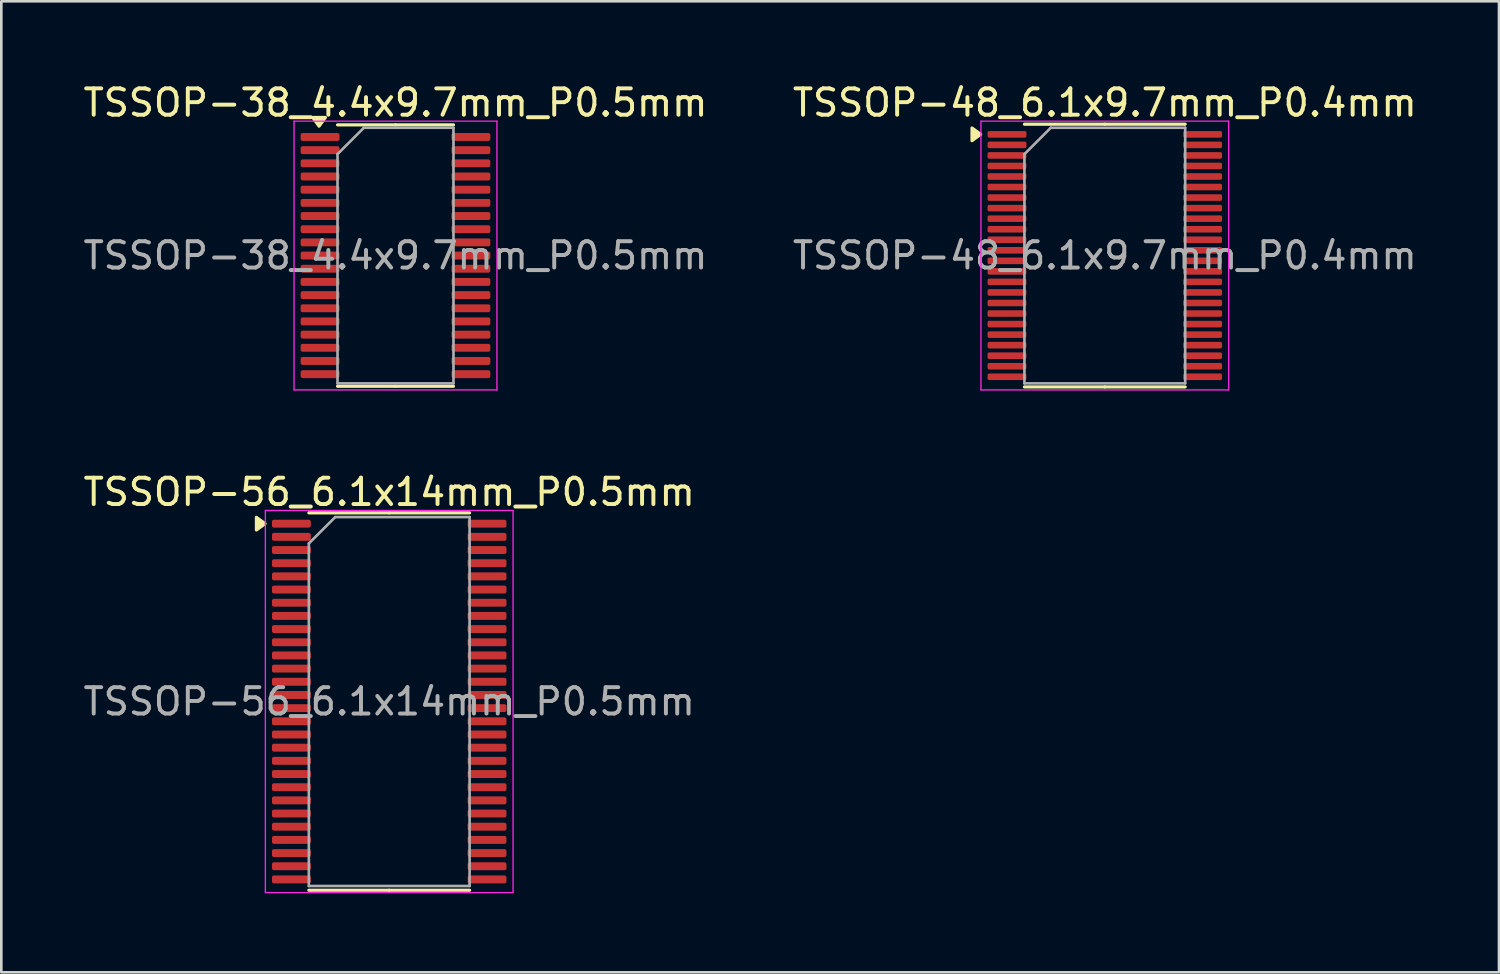
<source format=kicad_pcb>
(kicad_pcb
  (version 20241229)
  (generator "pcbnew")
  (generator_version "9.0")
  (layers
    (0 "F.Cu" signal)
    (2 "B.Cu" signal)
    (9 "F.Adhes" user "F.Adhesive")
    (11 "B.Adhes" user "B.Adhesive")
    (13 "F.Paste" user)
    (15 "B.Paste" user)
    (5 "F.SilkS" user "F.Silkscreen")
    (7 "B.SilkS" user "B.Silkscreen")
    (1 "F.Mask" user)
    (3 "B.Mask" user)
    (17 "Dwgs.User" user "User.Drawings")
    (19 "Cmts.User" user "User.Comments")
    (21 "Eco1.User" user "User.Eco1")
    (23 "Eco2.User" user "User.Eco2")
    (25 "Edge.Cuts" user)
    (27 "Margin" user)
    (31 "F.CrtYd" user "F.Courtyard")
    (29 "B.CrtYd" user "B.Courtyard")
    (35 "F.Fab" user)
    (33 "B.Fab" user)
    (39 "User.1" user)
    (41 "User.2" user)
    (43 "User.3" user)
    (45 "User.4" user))
  (footprint "TSSOP-56_6.1x14mm_P0.5mm"
    (layer "F.Cu")
    (at 11.72 23.572)
    (property "Reference" "TSSOP-56_6.1x14mm_P0.5mm" (at 0 -7.95 0) (layer "F.SilkS") (effects (font (size 1 1) (thickness 0.15))))
    (attr smd)
    (fp_line (start 0 -7.16) (end -3.05 -7.16) (stroke (width 0.12) (type solid)) (layer "F.SilkS"))
    (fp_line (start 0 -7.16) (end 3.05 -7.16) (stroke (width 0.12) (type solid)) (layer "F.SilkS"))
    (fp_line (start 0 7.16) (end -3.05 7.16) (stroke (width 0.12) (type solid)) (layer "F.SilkS"))
    (fp_line (start 0 7.16) (end 3.05 7.16) (stroke (width 0.12) (type solid)) (layer "F.SilkS"))
    (fp_poly (pts (xy -4.71 -6.75) (xy -5.04 -6.99) (xy -5.04 -6.51) (xy -4.71 -6.75)) (stroke (width 0.12) (type solid)) (fill yes) (layer "F.SilkS"))
    (fp_line (start -4.7 -7.25) (end -4.7 7.25) (stroke (width 0.05) (type solid)) (layer "F.CrtYd"))
    (fp_line (start -4.7 7.25) (end 4.7 7.25) (stroke (width 0.05) (type solid)) (layer "F.CrtYd"))
    (fp_line (start 4.7 -7.25) (end -4.7 -7.25) (stroke (width 0.05) (type solid)) (layer "F.CrtYd"))
    (fp_line (start 4.7 7.25) (end 4.7 -7.25) (stroke (width 0.05) (type solid)) (layer "F.CrtYd"))
    (fp_line (start -3.05 -6) (end -2.05 -7) (stroke (width 0.1) (type solid)) (layer "F.Fab"))
    (fp_line (start -3.05 7) (end -3.05 -6) (stroke (width 0.1) (type solid)) (layer "F.Fab"))
    (fp_line (start -2.05 -7) (end 3.05 -7) (stroke (width 0.1) (type solid)) (layer "F.Fab"))
    (fp_line (start 3.05 -7) (end 3.05 7) (stroke (width 0.1) (type solid)) (layer "F.Fab"))
    (fp_line (start 3.05 7) (end -3.05 7) (stroke (width 0.1) (type solid)) (layer "F.Fab"))
    (fp_text user "${REFERENCE}" (at 0 0 0) (layer "F.Fab") (effects (font (size 1 1) (thickness 0.15))))
    (pad "1" smd roundrect (at -3.712 -6.75) (size 1.475 0.3) (layers "F.Cu" "F.Mask" "F.Paste") (roundrect_rratio 0.25))
    (pad "2" smd roundrect (at -3.712 -6.25) (size 1.475 0.3) (layers "F.Cu" "F.Mask" "F.Paste") (roundrect_rratio 0.25))
    (pad "3" smd roundrect (at -3.712 -5.75) (size 1.475 0.3) (layers "F.Cu" "F.Mask" "F.Paste") (roundrect_rratio 0.25))
    (pad "4" smd roundrect (at -3.712 -5.25) (size 1.475 0.3) (layers "F.Cu" "F.Mask" "F.Paste") (roundrect_rratio 0.25))
    (pad "5" smd roundrect (at -3.712 -4.75) (size 1.475 0.3) (layers "F.Cu" "F.Mask" "F.Paste") (roundrect_rratio 0.25))
    (pad "6" smd roundrect (at -3.712 -4.25) (size 1.475 0.3) (layers "F.Cu" "F.Mask" "F.Paste") (roundrect_rratio 0.25))
    (pad "7" smd roundrect (at -3.712 -3.75) (size 1.475 0.3) (layers "F.Cu" "F.Mask" "F.Paste") (roundrect_rratio 0.25))
    (pad "8" smd roundrect (at -3.712 -3.25) (size 1.475 0.3) (layers "F.Cu" "F.Mask" "F.Paste") (roundrect_rratio 0.25))
    (pad "9" smd roundrect (at -3.712 -2.75) (size 1.475 0.3) (layers "F.Cu" "F.Mask" "F.Paste") (roundrect_rratio 0.25))
    (pad "10" smd roundrect (at -3.712 -2.25) (size 1.475 0.3) (layers "F.Cu" "F.Mask" "F.Paste") (roundrect_rratio 0.25))
    (pad "11" smd roundrect (at -3.712 -1.75) (size 1.475 0.3) (layers "F.Cu" "F.Mask" "F.Paste") (roundrect_rratio 0.25))
    (pad "12" smd roundrect (at -3.712 -1.25) (size 1.475 0.3) (layers "F.Cu" "F.Mask" "F.Paste") (roundrect_rratio 0.25))
    (pad "13" smd roundrect (at -3.712 -0.75) (size 1.475 0.3) (layers "F.Cu" "F.Mask" "F.Paste") (roundrect_rratio 0.25))
    (pad "14" smd roundrect (at -3.712 -0.25) (size 1.475 0.3) (layers "F.Cu" "F.Mask" "F.Paste") (roundrect_rratio 0.25))
    (pad "15" smd roundrect (at -3.712 0.25) (size 1.475 0.3) (layers "F.Cu" "F.Mask" "F.Paste") (roundrect_rratio 0.25))
    (pad "16" smd roundrect (at -3.712 0.75) (size 1.475 0.3) (layers "F.Cu" "F.Mask" "F.Paste") (roundrect_rratio 0.25))
    (pad "17" smd roundrect (at -3.712 1.25) (size 1.475 0.3) (layers "F.Cu" "F.Mask" "F.Paste") (roundrect_rratio 0.25))
    (pad "18" smd roundrect (at -3.712 1.75) (size 1.475 0.3) (layers "F.Cu" "F.Mask" "F.Paste") (roundrect_rratio 0.25))
    (pad "19" smd roundrect (at -3.712 2.25) (size 1.475 0.3) (layers "F.Cu" "F.Mask" "F.Paste") (roundrect_rratio 0.25))
    (pad "20" smd roundrect (at -3.712 2.75) (size 1.475 0.3) (layers "F.Cu" "F.Mask" "F.Paste") (roundrect_rratio 0.25))
    (pad "21" smd roundrect (at -3.712 3.25) (size 1.475 0.3) (layers "F.Cu" "F.Mask" "F.Paste") (roundrect_rratio 0.25))
    (pad "22" smd roundrect (at -3.712 3.75) (size 1.475 0.3) (layers "F.Cu" "F.Mask" "F.Paste") (roundrect_rratio 0.25))
    (pad "23" smd roundrect (at -3.712 4.25) (size 1.475 0.3) (layers "F.Cu" "F.Mask" "F.Paste") (roundrect_rratio 0.25))
    (pad "24" smd roundrect (at -3.712 4.75) (size 1.475 0.3) (layers "F.Cu" "F.Mask" "F.Paste") (roundrect_rratio 0.25))
    (pad "25" smd roundrect (at -3.712 5.25) (size 1.475 0.3) (layers "F.Cu" "F.Mask" "F.Paste") (roundrect_rratio 0.25))
    (pad "26" smd roundrect (at -3.712 5.75) (size 1.475 0.3) (layers "F.Cu" "F.Mask" "F.Paste") (roundrect_rratio 0.25))
    (pad "27" smd roundrect (at -3.712 6.25) (size 1.475 0.3) (layers "F.Cu" "F.Mask" "F.Paste") (roundrect_rratio 0.25))
    (pad "28" smd roundrect (at -3.712 6.75) (size 1.475 0.3) (layers "F.Cu" "F.Mask" "F.Paste") (roundrect_rratio 0.25))
    (pad "29" smd roundrect (at 3.712 6.75) (size 1.475 0.3) (layers "F.Cu" "F.Mask" "F.Paste") (roundrect_rratio 0.25))
    (pad "30" smd roundrect (at 3.712 6.25) (size 1.475 0.3) (layers "F.Cu" "F.Mask" "F.Paste") (roundrect_rratio 0.25))
    (pad "31" smd roundrect (at 3.712 5.75) (size 1.475 0.3) (layers "F.Cu" "F.Mask" "F.Paste") (roundrect_rratio 0.25))
    (pad "32" smd roundrect (at 3.712 5.25) (size 1.475 0.3) (layers "F.Cu" "F.Mask" "F.Paste") (roundrect_rratio 0.25))
    (pad "33" smd roundrect (at 3.712 4.75) (size 1.475 0.3) (layers "F.Cu" "F.Mask" "F.Paste") (roundrect_rratio 0.25))
    (pad "34" smd roundrect (at 3.712 4.25) (size 1.475 0.3) (layers "F.Cu" "F.Mask" "F.Paste") (roundrect_rratio 0.25))
    (pad "35" smd roundrect (at 3.712 3.75) (size 1.475 0.3) (layers "F.Cu" "F.Mask" "F.Paste") (roundrect_rratio 0.25))
    (pad "36" smd roundrect (at 3.712 3.25) (size 1.475 0.3) (layers "F.Cu" "F.Mask" "F.Paste") (roundrect_rratio 0.25))
    (pad "37" smd roundrect (at 3.712 2.75) (size 1.475 0.3) (layers "F.Cu" "F.Mask" "F.Paste") (roundrect_rratio 0.25))
    (pad "38" smd roundrect (at 3.712 2.25) (size 1.475 0.3) (layers "F.Cu" "F.Mask" "F.Paste") (roundrect_rratio 0.25))
    (pad "39" smd roundrect (at 3.712 1.75) (size 1.475 0.3) (layers "F.Cu" "F.Mask" "F.Paste") (roundrect_rratio 0.25))
    (pad "40" smd roundrect (at 3.712 1.25) (size 1.475 0.3) (layers "F.Cu" "F.Mask" "F.Paste") (roundrect_rratio 0.25))
    (pad "41" smd roundrect (at 3.712 0.75) (size 1.475 0.3) (layers "F.Cu" "F.Mask" "F.Paste") (roundrect_rratio 0.25))
    (pad "42" smd roundrect (at 3.712 0.25) (size 1.475 0.3) (layers "F.Cu" "F.Mask" "F.Paste") (roundrect_rratio 0.25))
    (pad "43" smd roundrect (at 3.712 -0.25) (size 1.475 0.3) (layers "F.Cu" "F.Mask" "F.Paste") (roundrect_rratio 0.25))
    (pad "44" smd roundrect (at 3.712 -0.75) (size 1.475 0.3) (layers "F.Cu" "F.Mask" "F.Paste") (roundrect_rratio 0.25))
    (pad "45" smd roundrect (at 3.712 -1.25) (size 1.475 0.3) (layers "F.Cu" "F.Mask" "F.Paste") (roundrect_rratio 0.25))
    (pad "46" smd roundrect (at 3.712 -1.75) (size 1.475 0.3) (layers "F.Cu" "F.Mask" "F.Paste") (roundrect_rratio 0.25))
    (pad "47" smd roundrect (at 3.712 -2.25) (size 1.475 0.3) (layers "F.Cu" "F.Mask" "F.Paste") (roundrect_rratio 0.25))
    (pad "48" smd roundrect (at 3.712 -2.75) (size 1.475 0.3) (layers "F.Cu" "F.Mask" "F.Paste") (roundrect_rratio 0.25))
    (pad "49" smd roundrect (at 3.712 -3.25) (size 1.475 0.3) (layers "F.Cu" "F.Mask" "F.Paste") (roundrect_rratio 0.25))
    (pad "50" smd roundrect (at 3.712 -3.75) (size 1.475 0.3) (layers "F.Cu" "F.Mask" "F.Paste") (roundrect_rratio 0.25))
    (pad "51" smd roundrect (at 3.712 -4.25) (size 1.475 0.3) (layers "F.Cu" "F.Mask" "F.Paste") (roundrect_rratio 0.25))
    (pad "52" smd roundrect (at 3.712 -4.75) (size 1.475 0.3) (layers "F.Cu" "F.Mask" "F.Paste") (roundrect_rratio 0.25))
    (pad "53" smd roundrect (at 3.712 -5.25) (size 1.475 0.3) (layers "F.Cu" "F.Mask" "F.Paste") (roundrect_rratio 0.25))
    (pad "54" smd roundrect (at 3.712 -5.75) (size 1.475 0.3) (layers "F.Cu" "F.Mask" "F.Paste") (roundrect_rratio 0.25))
    (pad "55" smd roundrect (at 3.712 -6.25) (size 1.475 0.3) (layers "F.Cu" "F.Mask" "F.Paste") (roundrect_rratio 0.25))
    (pad "56" smd roundrect (at 3.712 -6.75) (size 1.475 0.3) (layers "F.Cu" "F.Mask" "F.Paste") (roundrect_rratio 0.25)))
  (footprint "TSSOP-48_6.1x9.7mm_P0.4mm"
    (layer "F.Cu")
    (at 38.875 6.648)
    (property "Reference" "TSSOP-48_6.1x9.7mm_P0.4mm" (at 0 -5.8 0) (layer "F.SilkS") (effects (font (size 1 1) (thickness 0.15))))
    (attr smd)
    (fp_line (start 0 -4.985) (end -3.05 -4.985) (stroke (width 0.12) (type solid)) (layer "F.SilkS"))
    (fp_line (start 0 -4.985) (end 3.05 -4.985) (stroke (width 0.12) (type solid)) (layer "F.SilkS"))
    (fp_line (start 0 4.985) (end -3.05 4.985) (stroke (width 0.12) (type solid)) (layer "F.SilkS"))
    (fp_line (start 0 4.985) (end 3.05 4.985) (stroke (width 0.12) (type solid)) (layer "F.SilkS"))
    (fp_poly (pts (xy -4.71 -4.6) (xy -5.04 -4.84) (xy -5.04 -4.36) (xy -4.71 -4.6)) (stroke (width 0.12) (type solid)) (fill yes) (layer "F.SilkS"))
    (fp_line (start -4.7 -5.1) (end -4.7 5.1) (stroke (width 0.05) (type solid)) (layer "F.CrtYd"))
    (fp_line (start -4.7 5.1) (end 4.7 5.1) (stroke (width 0.05) (type solid)) (layer "F.CrtYd"))
    (fp_line (start 4.7 -5.1) (end -4.7 -5.1) (stroke (width 0.05) (type solid)) (layer "F.CrtYd"))
    (fp_line (start 4.7 5.1) (end 4.7 -5.1) (stroke (width 0.05) (type solid)) (layer "F.CrtYd"))
    (fp_line (start -3.05 -3.85) (end -2.05 -4.85) (stroke (width 0.1) (type solid)) (layer "F.Fab"))
    (fp_line (start -3.05 4.85) (end -3.05 -3.85) (stroke (width 0.1) (type solid)) (layer "F.Fab"))
    (fp_line (start -2.05 -4.85) (end 3.05 -4.85) (stroke (width 0.1) (type solid)) (layer "F.Fab"))
    (fp_line (start 3.05 -4.85) (end 3.05 4.85) (stroke (width 0.1) (type solid)) (layer "F.Fab"))
    (fp_line (start 3.05 4.85) (end -3.05 4.85) (stroke (width 0.1) (type solid)) (layer "F.Fab"))
    (fp_text user "${REFERENCE}" (at 0 0 0) (layer "F.Fab") (effects (font (size 1 1) (thickness 0.15))))
    (pad "1" smd roundrect (at -3.712 -4.6) (size 1.475 0.25) (layers "F.Cu" "F.Mask" "F.Paste") (roundrect_rratio 0.25))
    (pad "2" smd roundrect (at -3.712 -4.2) (size 1.475 0.25) (layers "F.Cu" "F.Mask" "F.Paste") (roundrect_rratio 0.25))
    (pad "3" smd roundrect (at -3.712 -3.8) (size 1.475 0.25) (layers "F.Cu" "F.Mask" "F.Paste") (roundrect_rratio 0.25))
    (pad "4" smd roundrect (at -3.712 -3.4) (size 1.475 0.25) (layers "F.Cu" "F.Mask" "F.Paste") (roundrect_rratio 0.25))
    (pad "5" smd roundrect (at -3.712 -3) (size 1.475 0.25) (layers "F.Cu" "F.Mask" "F.Paste") (roundrect_rratio 0.25))
    (pad "6" smd roundrect (at -3.712 -2.6) (size 1.475 0.25) (layers "F.Cu" "F.Mask" "F.Paste") (roundrect_rratio 0.25))
    (pad "7" smd roundrect (at -3.712 -2.2) (size 1.475 0.25) (layers "F.Cu" "F.Mask" "F.Paste") (roundrect_rratio 0.25))
    (pad "8" smd roundrect (at -3.712 -1.8) (size 1.475 0.25) (layers "F.Cu" "F.Mask" "F.Paste") (roundrect_rratio 0.25))
    (pad "9" smd roundrect (at -3.712 -1.4) (size 1.475 0.25) (layers "F.Cu" "F.Mask" "F.Paste") (roundrect_rratio 0.25))
    (pad "10" smd roundrect (at -3.712 -1) (size 1.475 0.25) (layers "F.Cu" "F.Mask" "F.Paste") (roundrect_rratio 0.25))
    (pad "11" smd roundrect (at -3.712 -0.6) (size 1.475 0.25) (layers "F.Cu" "F.Mask" "F.Paste") (roundrect_rratio 0.25))
    (pad "12" smd roundrect (at -3.712 -0.2) (size 1.475 0.25) (layers "F.Cu" "F.Mask" "F.Paste") (roundrect_rratio 0.25))
    (pad "13" smd roundrect (at -3.712 0.2) (size 1.475 0.25) (layers "F.Cu" "F.Mask" "F.Paste") (roundrect_rratio 0.25))
    (pad "14" smd roundrect (at -3.712 0.6) (size 1.475 0.25) (layers "F.Cu" "F.Mask" "F.Paste") (roundrect_rratio 0.25))
    (pad "15" smd roundrect (at -3.712 1) (size 1.475 0.25) (layers "F.Cu" "F.Mask" "F.Paste") (roundrect_rratio 0.25))
    (pad "16" smd roundrect (at -3.712 1.4) (size 1.475 0.25) (layers "F.Cu" "F.Mask" "F.Paste") (roundrect_rratio 0.25))
    (pad "17" smd roundrect (at -3.712 1.8) (size 1.475 0.25) (layers "F.Cu" "F.Mask" "F.Paste") (roundrect_rratio 0.25))
    (pad "18" smd roundrect (at -3.712 2.2) (size 1.475 0.25) (layers "F.Cu" "F.Mask" "F.Paste") (roundrect_rratio 0.25))
    (pad "19" smd roundrect (at -3.712 2.6) (size 1.475 0.25) (layers "F.Cu" "F.Mask" "F.Paste") (roundrect_rratio 0.25))
    (pad "20" smd roundrect (at -3.712 3) (size 1.475 0.25) (layers "F.Cu" "F.Mask" "F.Paste") (roundrect_rratio 0.25))
    (pad "21" smd roundrect (at -3.712 3.4) (size 1.475 0.25) (layers "F.Cu" "F.Mask" "F.Paste") (roundrect_rratio 0.25))
    (pad "22" smd roundrect (at -3.712 3.8) (size 1.475 0.25) (layers "F.Cu" "F.Mask" "F.Paste") (roundrect_rratio 0.25))
    (pad "23" smd roundrect (at -3.712 4.2) (size 1.475 0.25) (layers "F.Cu" "F.Mask" "F.Paste") (roundrect_rratio 0.25))
    (pad "24" smd roundrect (at -3.712 4.6) (size 1.475 0.25) (layers "F.Cu" "F.Mask" "F.Paste") (roundrect_rratio 0.25))
    (pad "25" smd roundrect (at 3.712 4.6) (size 1.475 0.25) (layers "F.Cu" "F.Mask" "F.Paste") (roundrect_rratio 0.25))
    (pad "26" smd roundrect (at 3.712 4.2) (size 1.475 0.25) (layers "F.Cu" "F.Mask" "F.Paste") (roundrect_rratio 0.25))
    (pad "27" smd roundrect (at 3.712 3.8) (size 1.475 0.25) (layers "F.Cu" "F.Mask" "F.Paste") (roundrect_rratio 0.25))
    (pad "28" smd roundrect (at 3.712 3.4) (size 1.475 0.25) (layers "F.Cu" "F.Mask" "F.Paste") (roundrect_rratio 0.25))
    (pad "29" smd roundrect (at 3.712 3) (size 1.475 0.25) (layers "F.Cu" "F.Mask" "F.Paste") (roundrect_rratio 0.25))
    (pad "30" smd roundrect (at 3.712 2.6) (size 1.475 0.25) (layers "F.Cu" "F.Mask" "F.Paste") (roundrect_rratio 0.25))
    (pad "31" smd roundrect (at 3.712 2.2) (size 1.475 0.25) (layers "F.Cu" "F.Mask" "F.Paste") (roundrect_rratio 0.25))
    (pad "32" smd roundrect (at 3.712 1.8) (size 1.475 0.25) (layers "F.Cu" "F.Mask" "F.Paste") (roundrect_rratio 0.25))
    (pad "33" smd roundrect (at 3.712 1.4) (size 1.475 0.25) (layers "F.Cu" "F.Mask" "F.Paste") (roundrect_rratio 0.25))
    (pad "34" smd roundrect (at 3.712 1) (size 1.475 0.25) (layers "F.Cu" "F.Mask" "F.Paste") (roundrect_rratio 0.25))
    (pad "35" smd roundrect (at 3.712 0.6) (size 1.475 0.25) (layers "F.Cu" "F.Mask" "F.Paste") (roundrect_rratio 0.25))
    (pad "36" smd roundrect (at 3.712 0.2) (size 1.475 0.25) (layers "F.Cu" "F.Mask" "F.Paste") (roundrect_rratio 0.25))
    (pad "37" smd roundrect (at 3.712 -0.2) (size 1.475 0.25) (layers "F.Cu" "F.Mask" "F.Paste") (roundrect_rratio 0.25))
    (pad "38" smd roundrect (at 3.712 -0.6) (size 1.475 0.25) (layers "F.Cu" "F.Mask" "F.Paste") (roundrect_rratio 0.25))
    (pad "39" smd roundrect (at 3.712 -1) (size 1.475 0.25) (layers "F.Cu" "F.Mask" "F.Paste") (roundrect_rratio 0.25))
    (pad "40" smd roundrect (at 3.712 -1.4) (size 1.475 0.25) (layers "F.Cu" "F.Mask" "F.Paste") (roundrect_rratio 0.25))
    (pad "41" smd roundrect (at 3.712 -1.8) (size 1.475 0.25) (layers "F.Cu" "F.Mask" "F.Paste") (roundrect_rratio 0.25))
    (pad "42" smd roundrect (at 3.712 -2.2) (size 1.475 0.25) (layers "F.Cu" "F.Mask" "F.Paste") (roundrect_rratio 0.25))
    (pad "43" smd roundrect (at 3.712 -2.6) (size 1.475 0.25) (layers "F.Cu" "F.Mask" "F.Paste") (roundrect_rratio 0.25))
    (pad "44" smd roundrect (at 3.712 -3) (size 1.475 0.25) (layers "F.Cu" "F.Mask" "F.Paste") (roundrect_rratio 0.25))
    (pad "45" smd roundrect (at 3.712 -3.4) (size 1.475 0.25) (layers "F.Cu" "F.Mask" "F.Paste") (roundrect_rratio 0.25))
    (pad "46" smd roundrect (at 3.712 -3.8) (size 1.475 0.25) (layers "F.Cu" "F.Mask" "F.Paste") (roundrect_rratio 0.25))
    (pad "47" smd roundrect (at 3.712 -4.2) (size 1.475 0.25) (layers "F.Cu" "F.Mask" "F.Paste") (roundrect_rratio 0.25))
    (pad "48" smd roundrect (at 3.712 -4.6) (size 1.475 0.25) (layers "F.Cu" "F.Mask" "F.Paste") (roundrect_rratio 0.25)))
  (footprint "TSSOP-38_4.4x9.7mm_P0.5mm"
    (layer "F.Cu")
    (at 11.958 6.648)
    (property "Reference" "TSSOP-38_4.4x9.7mm_P0.5mm" (at 0 -5.8 0) (layer "F.SilkS") (effects (font (size 1 1) (thickness 0.15))))
    (attr smd)
    (fp_line (start 0 -4.96) (end -2.2 -4.96) (stroke (width 0.12) (type solid)) (layer "F.SilkS"))
    (fp_line (start 0 -4.96) (end 2.2 -4.96) (stroke (width 0.12) (type solid)) (layer "F.SilkS"))
    (fp_line (start 0 4.96) (end -2.2 4.96) (stroke (width 0.12) (type solid)) (layer "F.SilkS"))
    (fp_line (start 0 4.96) (end 2.2 4.96) (stroke (width 0.12) (type solid)) (layer "F.SilkS"))
    (fp_poly (pts (xy -2.9 -4.91) (xy -3.14 -5.24) (xy -2.66 -5.24) (xy -2.9 -4.91)) (stroke (width 0.12) (type solid)) (fill yes) (layer "F.SilkS"))
    (fp_line (start -3.85 -5.1) (end -3.85 5.1) (stroke (width 0.05) (type solid)) (layer "F.CrtYd"))
    (fp_line (start -3.85 5.1) (end 3.85 5.1) (stroke (width 0.05) (type solid)) (layer "F.CrtYd"))
    (fp_line (start 3.85 -5.1) (end -3.85 -5.1) (stroke (width 0.05) (type solid)) (layer "F.CrtYd"))
    (fp_line (start 3.85 5.1) (end 3.85 -5.1) (stroke (width 0.05) (type solid)) (layer "F.CrtYd"))
    (fp_line (start -2.2 -3.85) (end -1.2 -4.85) (stroke (width 0.1) (type solid)) (layer "F.Fab"))
    (fp_line (start -2.2 4.85) (end -2.2 -3.85) (stroke (width 0.1) (type solid)) (layer "F.Fab"))
    (fp_line (start -1.2 -4.85) (end 2.2 -4.85) (stroke (width 0.1) (type solid)) (layer "F.Fab"))
    (fp_line (start 2.2 -4.85) (end 2.2 4.85) (stroke (width 0.1) (type solid)) (layer "F.Fab"))
    (fp_line (start 2.2 4.85) (end -2.2 4.85) (stroke (width 0.1) (type solid)) (layer "F.Fab"))
    (fp_text user "${REFERENCE}" (at 0 0 0) (layer "F.Fab") (effects (font (size 1 1) (thickness 0.15))))
    (pad "1" smd roundrect (at -2.862 -4.5) (size 1.475 0.3) (layers "F.Cu" "F.Mask" "F.Paste") (roundrect_rratio 0.25))
    (pad "2" smd roundrect (at -2.862 -4) (size 1.475 0.3) (layers "F.Cu" "F.Mask" "F.Paste") (roundrect_rratio 0.25))
    (pad "3" smd roundrect (at -2.862 -3.5) (size 1.475 0.3) (layers "F.Cu" "F.Mask" "F.Paste") (roundrect_rratio 0.25))
    (pad "4" smd roundrect (at -2.862 -3) (size 1.475 0.3) (layers "F.Cu" "F.Mask" "F.Paste") (roundrect_rratio 0.25))
    (pad "5" smd roundrect (at -2.862 -2.5) (size 1.475 0.3) (layers "F.Cu" "F.Mask" "F.Paste") (roundrect_rratio 0.25))
    (pad "6" smd roundrect (at -2.862 -2) (size 1.475 0.3) (layers "F.Cu" "F.Mask" "F.Paste") (roundrect_rratio 0.25))
    (pad "7" smd roundrect (at -2.862 -1.5) (size 1.475 0.3) (layers "F.Cu" "F.Mask" "F.Paste") (roundrect_rratio 0.25))
    (pad "8" smd roundrect (at -2.862 -1) (size 1.475 0.3) (layers "F.Cu" "F.Mask" "F.Paste") (roundrect_rratio 0.25))
    (pad "9" smd roundrect (at -2.862 -0.5) (size 1.475 0.3) (layers "F.Cu" "F.Mask" "F.Paste") (roundrect_rratio 0.25))
    (pad "10" smd roundrect (at -2.862 0) (size 1.475 0.3) (layers "F.Cu" "F.Mask" "F.Paste") (roundrect_rratio 0.25))
    (pad "11" smd roundrect (at -2.862 0.5) (size 1.475 0.3) (layers "F.Cu" "F.Mask" "F.Paste") (roundrect_rratio 0.25))
    (pad "12" smd roundrect (at -2.862 1) (size 1.475 0.3) (layers "F.Cu" "F.Mask" "F.Paste") (roundrect_rratio 0.25))
    (pad "13" smd roundrect (at -2.862 1.5) (size 1.475 0.3) (layers "F.Cu" "F.Mask" "F.Paste") (roundrect_rratio 0.25))
    (pad "14" smd roundrect (at -2.862 2) (size 1.475 0.3) (layers "F.Cu" "F.Mask" "F.Paste") (roundrect_rratio 0.25))
    (pad "15" smd roundrect (at -2.862 2.5) (size 1.475 0.3) (layers "F.Cu" "F.Mask" "F.Paste") (roundrect_rratio 0.25))
    (pad "16" smd roundrect (at -2.862 3) (size 1.475 0.3) (layers "F.Cu" "F.Mask" "F.Paste") (roundrect_rratio 0.25))
    (pad "17" smd roundrect (at -2.862 3.5) (size 1.475 0.3) (layers "F.Cu" "F.Mask" "F.Paste") (roundrect_rratio 0.25))
    (pad "18" smd roundrect (at -2.862 4) (size 1.475 0.3) (layers "F.Cu" "F.Mask" "F.Paste") (roundrect_rratio 0.25))
    (pad "19" smd roundrect (at -2.862 4.5) (size 1.475 0.3) (layers "F.Cu" "F.Mask" "F.Paste") (roundrect_rratio 0.25))
    (pad "20" smd roundrect (at 2.862 4.5) (size 1.475 0.3) (layers "F.Cu" "F.Mask" "F.Paste") (roundrect_rratio 0.25))
    (pad "21" smd roundrect (at 2.862 4) (size 1.475 0.3) (layers "F.Cu" "F.Mask" "F.Paste") (roundrect_rratio 0.25))
    (pad "22" smd roundrect (at 2.862 3.5) (size 1.475 0.3) (layers "F.Cu" "F.Mask" "F.Paste") (roundrect_rratio 0.25))
    (pad "23" smd roundrect (at 2.862 3) (size 1.475 0.3) (layers "F.Cu" "F.Mask" "F.Paste") (roundrect_rratio 0.25))
    (pad "24" smd roundrect (at 2.862 2.5) (size 1.475 0.3) (layers "F.Cu" "F.Mask" "F.Paste") (roundrect_rratio 0.25))
    (pad "25" smd roundrect (at 2.862 2) (size 1.475 0.3) (layers "F.Cu" "F.Mask" "F.Paste") (roundrect_rratio 0.25))
    (pad "26" smd roundrect (at 2.862 1.5) (size 1.475 0.3) (layers "F.Cu" "F.Mask" "F.Paste") (roundrect_rratio 0.25))
    (pad "27" smd roundrect (at 2.862 1) (size 1.475 0.3) (layers "F.Cu" "F.Mask" "F.Paste") (roundrect_rratio 0.25))
    (pad "28" smd roundrect (at 2.862 0.5) (size 1.475 0.3) (layers "F.Cu" "F.Mask" "F.Paste") (roundrect_rratio 0.25))
    (pad "29" smd roundrect (at 2.862 0) (size 1.475 0.3) (layers "F.Cu" "F.Mask" "F.Paste") (roundrect_rratio 0.25))
    (pad "30" smd roundrect (at 2.862 -0.5) (size 1.475 0.3) (layers "F.Cu" "F.Mask" "F.Paste") (roundrect_rratio 0.25))
    (pad "31" smd roundrect (at 2.862 -1) (size 1.475 0.3) (layers "F.Cu" "F.Mask" "F.Paste") (roundrect_rratio 0.25))
    (pad "32" smd roundrect (at 2.862 -1.5) (size 1.475 0.3) (layers "F.Cu" "F.Mask" "F.Paste") (roundrect_rratio 0.25))
    (pad "33" smd roundrect (at 2.862 -2) (size 1.475 0.3) (layers "F.Cu" "F.Mask" "F.Paste") (roundrect_rratio 0.25))
    (pad "34" smd roundrect (at 2.862 -2.5) (size 1.475 0.3) (layers "F.Cu" "F.Mask" "F.Paste") (roundrect_rratio 0.25))
    (pad "35" smd roundrect (at 2.862 -3) (size 1.475 0.3) (layers "F.Cu" "F.Mask" "F.Paste") (roundrect_rratio 0.25))
    (pad "36" smd roundrect (at 2.862 -3.5) (size 1.475 0.3) (layers "F.Cu" "F.Mask" "F.Paste") (roundrect_rratio 0.25))
    (pad "37" smd roundrect (at 2.862 -4) (size 1.475 0.3) (layers "F.Cu" "F.Mask" "F.Paste") (roundrect_rratio 0.25))
    (pad "38" smd roundrect (at 2.862 -4.5) (size 1.475 0.3) (layers "F.Cu" "F.Mask" "F.Paste") (roundrect_rratio 0.25)))
  (gr_rect
    (start -3 -3)
    (end 53.833 33.846)
    (stroke (width 0.1) (type default))
    (fill no)
    (layer "Edge.Cuts")))
</source>
